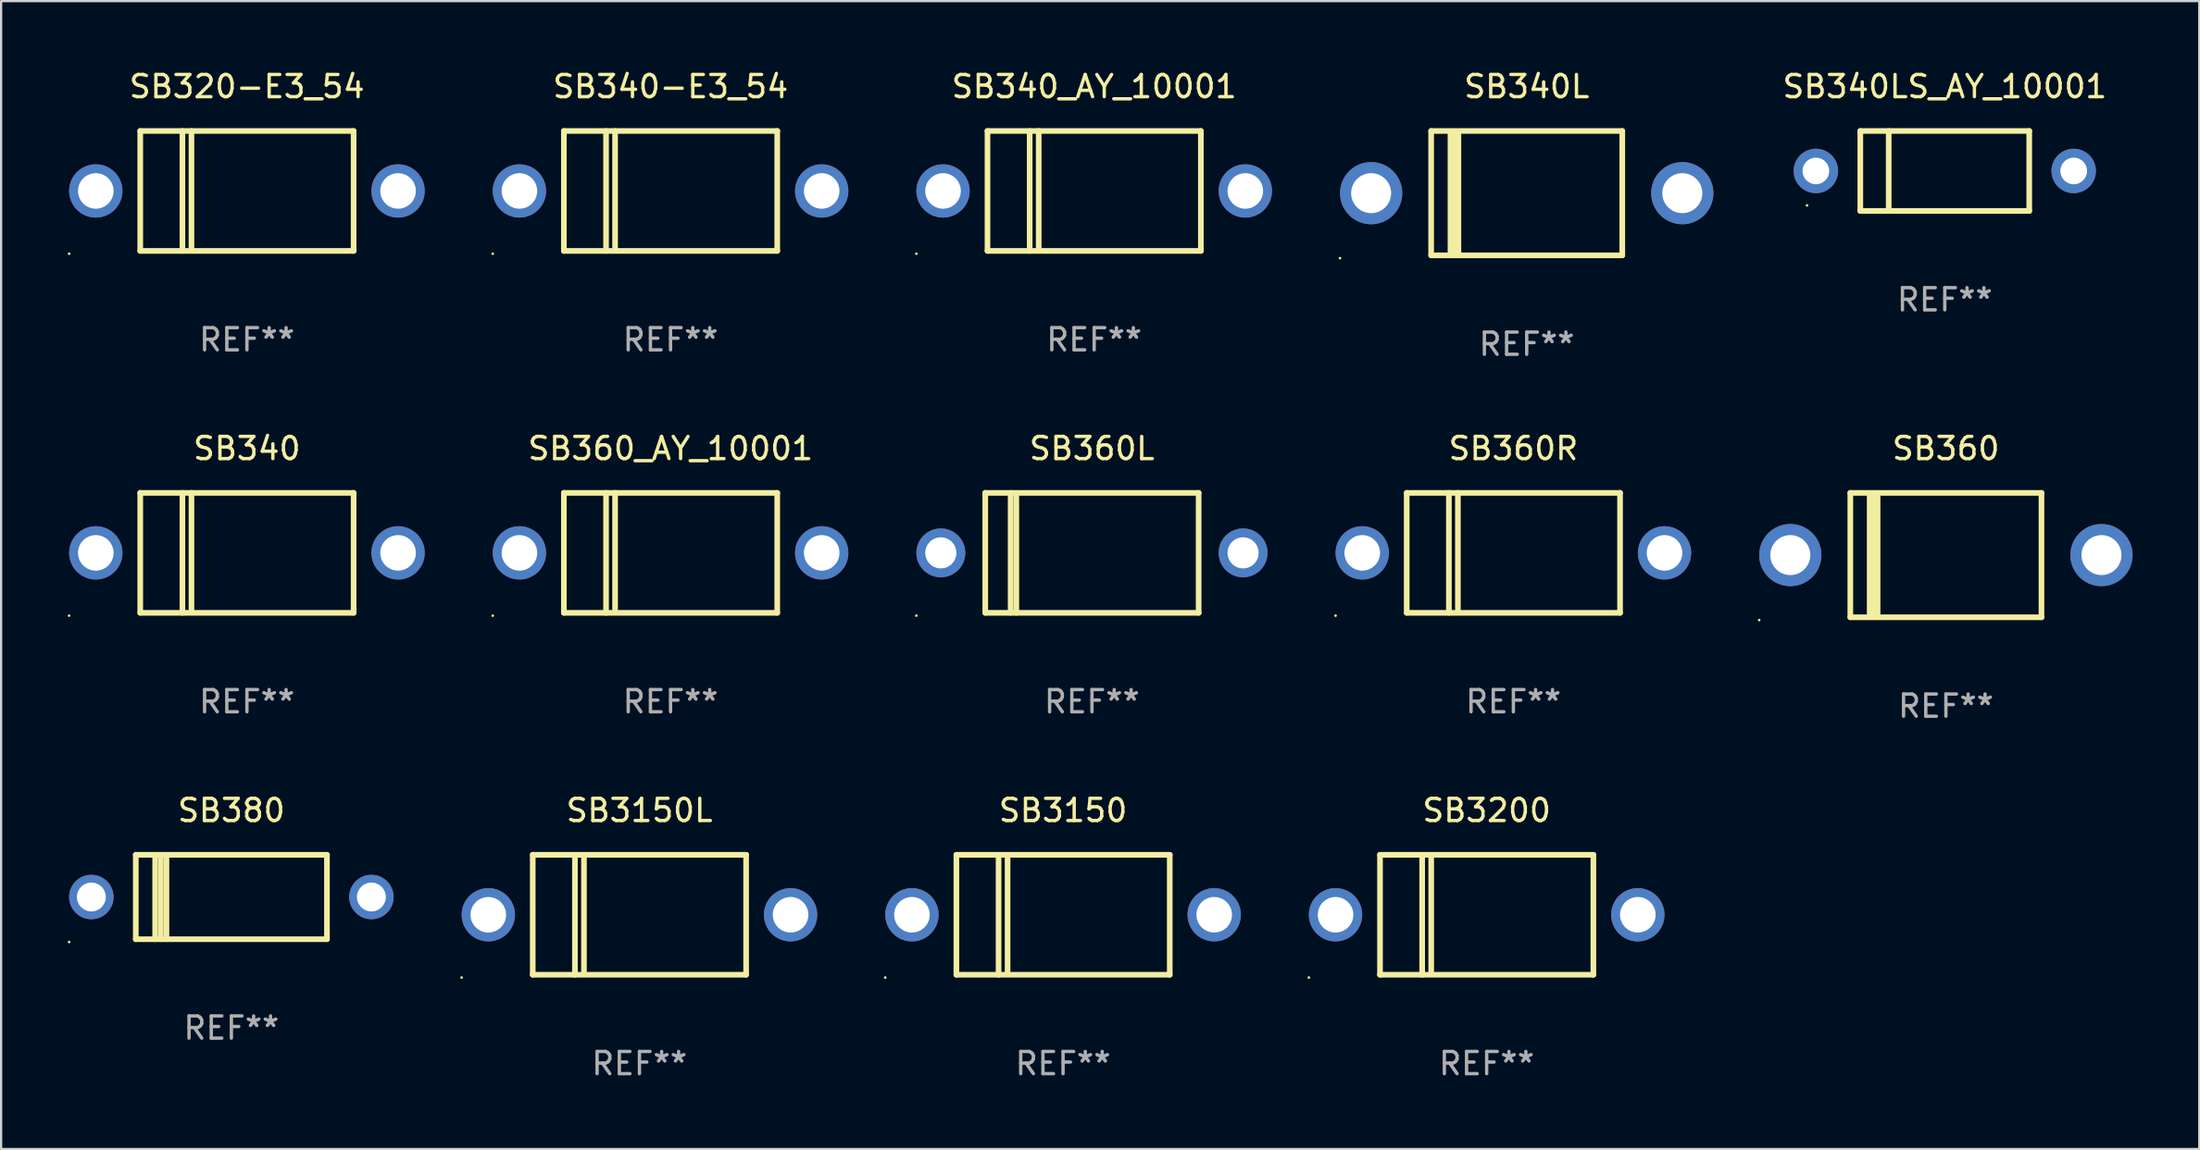
<source format=kicad_pcb>
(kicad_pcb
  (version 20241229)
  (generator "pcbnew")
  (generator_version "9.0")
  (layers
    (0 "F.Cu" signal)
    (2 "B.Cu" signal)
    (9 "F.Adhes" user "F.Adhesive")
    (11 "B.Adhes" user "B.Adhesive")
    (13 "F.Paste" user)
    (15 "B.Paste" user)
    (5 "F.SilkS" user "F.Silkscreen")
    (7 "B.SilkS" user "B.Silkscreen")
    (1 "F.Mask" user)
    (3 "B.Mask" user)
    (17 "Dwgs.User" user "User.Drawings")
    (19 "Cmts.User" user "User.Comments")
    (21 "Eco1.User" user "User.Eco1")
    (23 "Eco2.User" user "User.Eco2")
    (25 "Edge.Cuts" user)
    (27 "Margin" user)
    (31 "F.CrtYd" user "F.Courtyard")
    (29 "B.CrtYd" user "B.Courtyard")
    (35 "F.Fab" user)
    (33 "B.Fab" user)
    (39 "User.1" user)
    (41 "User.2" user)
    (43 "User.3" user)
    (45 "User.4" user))
  (footprint "SB3150"
    (layer "F.Cu")
    (at 44.78 38.141)
    (property "Reference" "SB3150" (at 0 -4.7 0) (layer "F.SilkS") (effects (font (size 1 1) (thickness 0.15))))
    (attr through_hole)
    (fp_line (start -4.8 -2.7) (end -4.8 2.7) (stroke (width 0.254) (type solid)) (layer "F.SilkS"))
    (fp_line (start -4.8 -2.7) (end 4.8 -2.7) (stroke (width 0.254) (type solid)) (layer "F.SilkS"))
    (fp_line (start -2.902 -2.7) (end -2.902 2.7) (stroke (width 0.254) (type solid)) (layer "F.SilkS"))
    (fp_line (start -2.496 -2.7) (end -2.496 2.54) (stroke (width 0.254) (type solid)) (layer "F.SilkS"))
    (fp_line (start 4.8 -2.7) (end 4.8 2.7) (stroke (width 0.254) (type solid)) (layer "F.SilkS"))
    (fp_line (start 4.8 2.7) (end -4.8 2.7) (stroke (width 0.254) (type solid)) (layer "F.SilkS"))
    (fp_circle (center -8 2.827) (end -7.97 2.827) (stroke (width 0.06) (type solid)) (fill no) (layer "F.SilkS"))
    (fp_text user "REF**" (at 0 6.7 0) (layer "F.Fab") (effects (font (size 1 1) (thickness 0.15))))
    (pad "1" thru_hole circle (at -6.8 0) (size 2.4 2.4) (drill 1.6) (layers "*.Cu" "*.Mask"))
    (pad "2" thru_hole circle (at 6.8 0) (size 2.4 2.4) (drill 1.6) (layers "*.Cu" "*.Mask")))
  (footprint "SB360_AY_10001"
    (layer "F.Cu")
    (at 27.12 21.845)
    (property "Reference" "SB360_AY_10001" (at 0 -4.7 0) (layer "F.SilkS") (effects (font (size 1 1) (thickness 0.15))))
    (attr through_hole)
    (fp_line (start -4.8 -2.7) (end -4.8 2.7) (stroke (width 0.254) (type solid)) (layer "F.SilkS"))
    (fp_line (start -4.8 -2.7) (end 4.8 -2.7) (stroke (width 0.254) (type solid)) (layer "F.SilkS"))
    (fp_line (start -2.902 -2.7) (end -2.902 2.7) (stroke (width 0.254) (type solid)) (layer "F.SilkS"))
    (fp_line (start -2.496 -2.7) (end -2.496 2.54) (stroke (width 0.254) (type solid)) (layer "F.SilkS"))
    (fp_line (start 4.8 -2.7) (end 4.8 2.7) (stroke (width 0.254) (type solid)) (layer "F.SilkS"))
    (fp_line (start 4.8 2.7) (end -4.8 2.7) (stroke (width 0.254) (type solid)) (layer "F.SilkS"))
    (fp_circle (center -8 2.827) (end -7.97 2.827) (stroke (width 0.06) (type solid)) (fill no) (layer "F.SilkS"))
    (fp_text user "REF**" (at 0 6.7 0) (layer "F.Fab") (effects (font (size 1 1) (thickness 0.15))))
    (pad "1" thru_hole circle (at -6.8 0) (size 2.4 2.4) (drill 1.6) (layers "*.Cu" "*.Mask"))
    (pad "2" thru_hole circle (at 6.8 0) (size 2.4 2.4) (drill 1.6) (layers "*.Cu" "*.Mask")))
  (footprint "SB340"
    (layer "F.Cu")
    (at 8.06 21.845)
    (property "Reference" "SB340" (at 0 -4.7 0) (layer "F.SilkS") (effects (font (size 1 1) (thickness 0.15))))
    (attr through_hole)
    (fp_line (start -4.8 -2.7) (end -4.8 2.7) (stroke (width 0.254) (type solid)) (layer "F.SilkS"))
    (fp_line (start -4.8 -2.7) (end 4.8 -2.7) (stroke (width 0.254) (type solid)) (layer "F.SilkS"))
    (fp_line (start -2.902 -2.7) (end -2.902 2.7) (stroke (width 0.254) (type solid)) (layer "F.SilkS"))
    (fp_line (start -2.496 -2.7) (end -2.496 2.54) (stroke (width 0.254) (type solid)) (layer "F.SilkS"))
    (fp_line (start 4.8 -2.7) (end 4.8 2.7) (stroke (width 0.254) (type solid)) (layer "F.SilkS"))
    (fp_line (start 4.8 2.7) (end -4.8 2.7) (stroke (width 0.254) (type solid)) (layer "F.SilkS"))
    (fp_circle (center -8 2.827) (end -7.97 2.827) (stroke (width 0.06) (type solid)) (fill no) (layer "F.SilkS"))
    (fp_text user "REF**" (at 0 6.7 0) (layer "F.Fab") (effects (font (size 1 1) (thickness 0.15))))
    (pad "1" thru_hole circle (at -6.8 0) (size 2.4 2.4) (drill 1.6) (layers "*.Cu" "*.Mask"))
    (pad "2" thru_hole circle (at 6.8 0) (size 2.4 2.4) (drill 1.6) (layers "*.Cu" "*.Mask")))
  (footprint "SB360L"
    (layer "F.Cu")
    (at 46.08 21.845)
    (property "Reference" "SB360L" (at 0 -4.7 0) (layer "F.SilkS") (effects (font (size 1 1) (thickness 0.15))))
    (attr through_hole)
    (fp_line (start -4.8 -2.7) (end 4.8 -2.7) (stroke (width 0.254) (type solid)) (layer "F.SilkS"))
    (fp_line (start -4.8 2.7) (end -4.8 -2.7) (stroke (width 0.254) (type solid)) (layer "F.SilkS"))
    (fp_line (start -3.658 2.7) (end -3.658 -2.7) (stroke (width 0.254) (type solid)) (layer "F.SilkS"))
    (fp_line (start -3.404 2.7) (end -3.404 -2.54) (stroke (width 0.254) (type solid)) (layer "F.SilkS"))
    (fp_line (start 4.8 2.7) (end -4.8 2.7) (stroke (width 0.254) (type solid)) (layer "F.SilkS"))
    (fp_line (start 4.8 2.7) (end 4.8 -2.7) (stroke (width 0.254) (type solid)) (layer "F.SilkS"))
    (fp_circle (center -7.9 2.827) (end -7.87 2.827) (stroke (width 0.06) (type solid)) (fill no) (layer "F.SilkS"))
    (fp_text user "REF**" (at 0 6.7 0) (layer "F.Fab") (effects (font (size 1 1) (thickness 0.15))))
    (pad "1" thru_hole circle (at -6.8 0) (size 2.2 2.2) (drill 1.4) (layers "*.Cu" "*.Mask"))
    (pad "2" thru_hole circle (at 6.8 0) (size 2.2 2.2) (drill 1.4) (layers "*.Cu" "*.Mask")))
  (footprint "SB380"
    (layer "F.Cu")
    (at 7.36 37.341)
    (property "Reference" "SB380" (at 0 -3.9 0) (layer "F.SilkS") (effects (font (size 1 1) (thickness 0.15))))
    (attr through_hole)
    (fp_line (start -4.3 -1.9) (end 4.3 -1.9) (stroke (width 0.254) (type solid)) (layer "F.SilkS"))
    (fp_line (start -4.3 1.9) (end -4.3 -1.9) (stroke (width 0.254) (type solid)) (layer "F.SilkS"))
    (fp_line (start -3.429 1.9) (end -3.429 -1.9) (stroke (width 0.254) (type solid)) (layer "F.SilkS"))
    (fp_line (start -3.175 1.9) (end -3.175 -1.9) (stroke (width 0.254) (type solid)) (layer "F.SilkS"))
    (fp_line (start -2.921 1.9) (end -2.921 -1.9) (stroke (width 0.254) (type solid)) (layer "F.SilkS"))
    (fp_line (start 4.3 -1.9) (end 4.3 1.9) (stroke (width 0.254) (type solid)) (layer "F.SilkS"))
    (fp_line (start 4.3 1.9) (end -4.3 1.9) (stroke (width 0.254) (type solid)) (layer "F.SilkS"))
    (fp_circle (center -7.3 2.027) (end -7.27 2.027) (stroke (width 0.06) (type solid)) (fill no) (layer "F.SilkS"))
    (fp_text user "REF**" (at 0 5.9 0) (layer "F.Fab") (effects (font (size 1 1) (thickness 0.15))))
    (pad "1" thru_hole circle (at -6.3 0) (size 2 2) (drill 1.3) (layers "*.Cu" "*.Mask"))
    (pad "2" thru_hole circle (at 6.3 0) (size 2 2) (drill 1.3) (layers "*.Cu" "*.Mask")))
  (footprint "SB320-E3_54"
    (layer "F.Cu")
    (at 8.06 5.548)
    (property "Reference" "SB320-E3_54" (at 0 -4.7 0) (layer "F.SilkS") (effects (font (size 1 1) (thickness 0.15))))
    (attr through_hole)
    (fp_line (start -4.8 -2.7) (end -4.8 2.7) (stroke (width 0.254) (type solid)) (layer "F.SilkS"))
    (fp_line (start -4.8 -2.7) (end 4.8 -2.7) (stroke (width 0.254) (type solid)) (layer "F.SilkS"))
    (fp_line (start -2.902 -2.7) (end -2.902 2.7) (stroke (width 0.254) (type solid)) (layer "F.SilkS"))
    (fp_line (start -2.496 -2.7) (end -2.496 2.54) (stroke (width 0.254) (type solid)) (layer "F.SilkS"))
    (fp_line (start 4.8 -2.7) (end 4.8 2.7) (stroke (width 0.254) (type solid)) (layer "F.SilkS"))
    (fp_line (start 4.8 2.7) (end -4.8 2.7) (stroke (width 0.254) (type solid)) (layer "F.SilkS"))
    (fp_circle (center -8 2.827) (end -7.97 2.827) (stroke (width 0.06) (type solid)) (fill no) (layer "F.SilkS"))
    (fp_text user "REF**" (at 0 6.7 0) (layer "F.Fab") (effects (font (size 1 1) (thickness 0.15))))
    (pad "1" thru_hole circle (at -6.8 0) (size 2.4 2.4) (drill 1.6) (layers "*.Cu" "*.Mask"))
    (pad "2" thru_hole circle (at 6.8 0) (size 2.4 2.4) (drill 1.6) (layers "*.Cu" "*.Mask")))
  (footprint "SB3200"
    (layer "F.Cu")
    (at 63.84 38.141)
    (property "Reference" "SB3200" (at 0 -4.7 0) (layer "F.SilkS") (effects (font (size 1 1) (thickness 0.15))))
    (attr through_hole)
    (fp_line (start -4.8 -2.7) (end -4.8 2.7) (stroke (width 0.254) (type solid)) (layer "F.SilkS"))
    (fp_line (start -4.8 -2.7) (end 4.8 -2.7) (stroke (width 0.254) (type solid)) (layer "F.SilkS"))
    (fp_line (start -2.902 -2.7) (end -2.902 2.7) (stroke (width 0.254) (type solid)) (layer "F.SilkS"))
    (fp_line (start -2.496 -2.7) (end -2.496 2.54) (stroke (width 0.254) (type solid)) (layer "F.SilkS"))
    (fp_line (start 4.8 -2.7) (end 4.8 2.7) (stroke (width 0.254) (type solid)) (layer "F.SilkS"))
    (fp_line (start 4.8 2.7) (end -4.8 2.7) (stroke (width 0.254) (type solid)) (layer "F.SilkS"))
    (fp_circle (center -8 2.827) (end -7.97 2.827) (stroke (width 0.06) (type solid)) (fill no) (layer "F.SilkS"))
    (fp_text user "REF**" (at 0 6.7 0) (layer "F.Fab") (effects (font (size 1 1) (thickness 0.15))))
    (pad "1" thru_hole circle (at -6.8 0) (size 2.4 2.4) (drill 1.6) (layers "*.Cu" "*.Mask"))
    (pad "2" thru_hole circle (at 6.8 0) (size 2.4 2.4) (drill 1.6) (layers "*.Cu" "*.Mask")))
  (footprint "SB340-E3_54"
    (layer "F.Cu")
    (at 27.12 5.548)
    (property "Reference" "SB340-E3_54" (at 0 -4.7 0) (layer "F.SilkS") (effects (font (size 1 1) (thickness 0.15))))
    (attr through_hole)
    (fp_line (start -4.8 -2.7) (end -4.8 2.7) (stroke (width 0.254) (type solid)) (layer "F.SilkS"))
    (fp_line (start -4.8 -2.7) (end 4.8 -2.7) (stroke (width 0.254) (type solid)) (layer "F.SilkS"))
    (fp_line (start -2.902 -2.7) (end -2.902 2.7) (stroke (width 0.254) (type solid)) (layer "F.SilkS"))
    (fp_line (start -2.496 -2.7) (end -2.496 2.54) (stroke (width 0.254) (type solid)) (layer "F.SilkS"))
    (fp_line (start 4.8 -2.7) (end 4.8 2.7) (stroke (width 0.254) (type solid)) (layer "F.SilkS"))
    (fp_line (start 4.8 2.7) (end -4.8 2.7) (stroke (width 0.254) (type solid)) (layer "F.SilkS"))
    (fp_circle (center -8 2.827) (end -7.97 2.827) (stroke (width 0.06) (type solid)) (fill no) (layer "F.SilkS"))
    (fp_text user "REF**" (at 0 6.7 0) (layer "F.Fab") (effects (font (size 1 1) (thickness 0.15))))
    (pad "1" thru_hole circle (at -6.8 0) (size 2.4 2.4) (drill 1.6) (layers "*.Cu" "*.Mask"))
    (pad "2" thru_hole circle (at 6.8 0) (size 2.4 2.4) (drill 1.6) (layers "*.Cu" "*.Mask")))
  (footprint "SB340_AY_10001"
    (layer "F.Cu")
    (at 46.18 5.548)
    (property "Reference" "SB340_AY_10001" (at 0 -4.7 0) (layer "F.SilkS") (effects (font (size 1 1) (thickness 0.15))))
    (attr through_hole)
    (fp_line (start -4.8 -2.7) (end -4.8 2.7) (stroke (width 0.254) (type solid)) (layer "F.SilkS"))
    (fp_line (start -4.8 -2.7) (end 4.8 -2.7) (stroke (width 0.254) (type solid)) (layer "F.SilkS"))
    (fp_line (start -2.902 -2.7) (end -2.902 2.7) (stroke (width 0.254) (type solid)) (layer "F.SilkS"))
    (fp_line (start -2.496 -2.7) (end -2.496 2.54) (stroke (width 0.254) (type solid)) (layer "F.SilkS"))
    (fp_line (start 4.8 -2.7) (end 4.8 2.7) (stroke (width 0.254) (type solid)) (layer "F.SilkS"))
    (fp_line (start 4.8 2.7) (end -4.8 2.7) (stroke (width 0.254) (type solid)) (layer "F.SilkS"))
    (fp_circle (center -8 2.827) (end -7.97 2.827) (stroke (width 0.06) (type solid)) (fill no) (layer "F.SilkS"))
    (fp_text user "REF**" (at 0 6.7 0) (layer "F.Fab") (effects (font (size 1 1) (thickness 0.15))))
    (pad "1" thru_hole circle (at -6.8 0) (size 2.4 2.4) (drill 1.6) (layers "*.Cu" "*.Mask"))
    (pad "2" thru_hole circle (at 6.8 0) (size 2.4 2.4) (drill 1.6) (layers "*.Cu" "*.Mask")))
  (footprint "SB360"
    (layer "F.Cu")
    (at 84.501 21.945)
    (property "Reference" "SB360" (at 0 -4.8 0) (layer "F.SilkS") (effects (font (size 1 1) (thickness 0.15))))
    (attr through_hole)
    (fp_line (start -4.3 -2.8) (end -4.3 2.8) (stroke (width 0.254) (type solid)) (layer "F.SilkS"))
    (fp_line (start -4.3 -2.8) (end 4.3 -2.8) (stroke (width 0.254) (type solid)) (layer "F.SilkS"))
    (fp_line (start -4.3 2.8) (end 4.3 2.8) (stroke (width 0.254) (type solid)) (layer "F.SilkS"))
    (fp_line (start -3.442 2.667) (end -3.442 -2.667) (stroke (width 0.229) (type solid)) (layer "F.SilkS"))
    (fp_line (start -3.315 2.667) (end -3.315 -2.667) (stroke (width 0.229) (type solid)) (layer "F.SilkS"))
    (fp_line (start -3.188 2.667) (end -3.188 -2.667) (stroke (width 0.229) (type solid)) (layer "F.SilkS"))
    (fp_line (start -3.061 2.667) (end -3.061 -2.667) (stroke (width 0.229) (type solid)) (layer "F.SilkS"))
    (fp_line (start 4.3 -2.8) (end 4.3 2.8) (stroke (width 0.254) (type solid)) (layer "F.SilkS"))
    (fp_circle (center -8.4 2.927) (end -8.37 2.927) (stroke (width 0.06) (type solid)) (fill no) (layer "F.SilkS"))
    (fp_text user "REF**" (at 0 6.8 0) (layer "F.Fab") (effects (font (size 1 1) (thickness 0.15))))
    (pad "1" thru_hole circle (at -7 0) (size 2.8 2.8) (drill 1.8) (layers "*.Cu" "*.Mask"))
    (pad "2" thru_hole circle (at 7 0) (size 2.8 2.8) (drill 1.8) (layers "*.Cu" "*.Mask")))
  (footprint "SB360R"
    (layer "F.Cu")
    (at 65.041 21.845)
    (property "Reference" "SB360R" (at 0 -4.7 0) (layer "F.SilkS") (effects (font (size 1 1) (thickness 0.15))))
    (attr through_hole)
    (fp_line (start -4.8 -2.7) (end -4.8 2.7) (stroke (width 0.254) (type solid)) (layer "F.SilkS"))
    (fp_line (start -4.8 -2.7) (end 4.8 -2.7) (stroke (width 0.254) (type solid)) (layer "F.SilkS"))
    (fp_line (start -2.902 -2.7) (end -2.902 2.7) (stroke (width 0.254) (type solid)) (layer "F.SilkS"))
    (fp_line (start -2.496 -2.7) (end -2.496 2.54) (stroke (width 0.254) (type solid)) (layer "F.SilkS"))
    (fp_line (start 4.8 -2.7) (end 4.8 2.7) (stroke (width 0.254) (type solid)) (layer "F.SilkS"))
    (fp_line (start 4.8 2.7) (end -4.8 2.7) (stroke (width 0.254) (type solid)) (layer "F.SilkS"))
    (fp_circle (center -8 2.827) (end -7.97 2.827) (stroke (width 0.06) (type solid)) (fill no) (layer "F.SilkS"))
    (fp_text user "REF**" (at 0 6.7 0) (layer "F.Fab") (effects (font (size 1 1) (thickness 0.15))))
    (pad "1" thru_hole circle (at -6.8 0) (size 2.4 2.4) (drill 1.6) (layers "*.Cu" "*.Mask"))
    (pad "2" thru_hole circle (at 6.8 0) (size 2.4 2.4) (drill 1.6) (layers "*.Cu" "*.Mask")))
  (footprint "SB3150L"
    (layer "F.Cu")
    (at 25.72 38.141)
    (property "Reference" "SB3150L" (at 0 -4.7 0) (layer "F.SilkS") (effects (font (size 1 1) (thickness 0.15))))
    (attr through_hole)
    (fp_line (start -4.8 -2.7) (end -4.8 2.7) (stroke (width 0.254) (type solid)) (layer "F.SilkS"))
    (fp_line (start -4.8 -2.7) (end 4.8 -2.7) (stroke (width 0.254) (type solid)) (layer "F.SilkS"))
    (fp_line (start -2.902 -2.7) (end -2.902 2.7) (stroke (width 0.254) (type solid)) (layer "F.SilkS"))
    (fp_line (start -2.496 -2.7) (end -2.496 2.54) (stroke (width 0.254) (type solid)) (layer "F.SilkS"))
    (fp_line (start 4.8 -2.7) (end 4.8 2.7) (stroke (width 0.254) (type solid)) (layer "F.SilkS"))
    (fp_line (start 4.8 2.7) (end -4.8 2.7) (stroke (width 0.254) (type solid)) (layer "F.SilkS"))
    (fp_circle (center -8 2.827) (end -7.97 2.827) (stroke (width 0.06) (type solid)) (fill no) (layer "F.SilkS"))
    (fp_text user "REF**" (at 0 6.7 0) (layer "F.Fab") (effects (font (size 1 1) (thickness 0.15))))
    (pad "1" thru_hole circle (at -6.8 0) (size 2.4 2.4) (drill 1.6) (layers "*.Cu" "*.Mask"))
    (pad "2" thru_hole circle (at 6.8 0) (size 2.4 2.4) (drill 1.6) (layers "*.Cu" "*.Mask")))
  (footprint "SB340LS_AY_10001"
    (layer "F.Cu")
    (at 84.451 4.648)
    (property "Reference" "SB340LS_AY_10001" (at 0 -3.8 0) (layer "F.SilkS") (effects (font (size 1 1) (thickness 0.15))))
    (attr through_hole)
    (fp_line (start -3.8 -1.8) (end -3.8 1.8) (stroke (width 0.254) (type solid)) (layer "F.SilkS"))
    (fp_line (start -3.8 -1.8) (end 3.8 -1.8) (stroke (width 0.254) (type solid)) (layer "F.SilkS"))
    (fp_line (start -3.8 1.8) (end 3.8 1.8) (stroke (width 0.254) (type solid)) (layer "F.SilkS"))
    (fp_line (start -2.524 -1.8) (end -2.524 1.8) (stroke (width 0.254) (type solid)) (layer "F.SilkS"))
    (fp_line (start 3.8 -1.8) (end 3.8 1.8) (stroke (width 0.254) (type solid)) (layer "F.SilkS"))
    (fp_circle (center -6.2 1.55) (end -6.17 1.55) (stroke (width 0.06) (type solid)) (fill no) (layer "F.SilkS"))
    (fp_text user "REF**" (at 0 5.8 0) (layer "F.Fab") (effects (font (size 1 1) (thickness 0.15))))
    (pad "1" thru_hole circle (at -5.8 0) (size 2 2) (drill 1.2) (layers "*.Cu" "*.Mask"))
    (pad "2" thru_hole circle (at 5.8 0) (size 2 2) (drill 1.2) (layers "*.Cu" "*.Mask")))
  (footprint "SB340L"
    (layer "F.Cu")
    (at 65.641 5.648)
    (property "Reference" "SB340L" (at 0 -4.8 0) (layer "F.SilkS") (effects (font (size 1 1) (thickness 0.15))))
    (attr through_hole)
    (fp_line (start -4.3 -2.8) (end -4.3 2.8) (stroke (width 0.254) (type solid)) (layer "F.SilkS"))
    (fp_line (start -4.3 -2.8) (end 4.3 -2.8) (stroke (width 0.254) (type solid)) (layer "F.SilkS"))
    (fp_line (start -4.3 2.8) (end 4.3 2.8) (stroke (width 0.254) (type solid)) (layer "F.SilkS"))
    (fp_line (start -3.442 2.667) (end -3.442 -2.667) (stroke (width 0.229) (type solid)) (layer "F.SilkS"))
    (fp_line (start -3.315 2.667) (end -3.315 -2.667) (stroke (width 0.229) (type solid)) (layer "F.SilkS"))
    (fp_line (start -3.188 2.667) (end -3.188 -2.667) (stroke (width 0.229) (type solid)) (layer "F.SilkS"))
    (fp_line (start -3.061 2.667) (end -3.061 -2.667) (stroke (width 0.229) (type solid)) (layer "F.SilkS"))
    (fp_line (start 4.3 -2.8) (end 4.3 2.8) (stroke (width 0.254) (type solid)) (layer "F.SilkS"))
    (fp_circle (center -8.4 2.927) (end -8.37 2.927) (stroke (width 0.06) (type solid)) (fill no) (layer "F.SilkS"))
    (fp_text user "REF**" (at 0 6.8 0) (layer "F.Fab") (effects (font (size 1 1) (thickness 0.15))))
    (pad "1" thru_hole circle (at -7 0) (size 2.8 2.8) (drill 1.8) (layers "*.Cu" "*.Mask"))
    (pad "2" thru_hole circle (at 7 0) (size 2.8 2.8) (drill 1.8) (layers "*.Cu" "*.Mask")))
  (gr_rect
    (start -3 -3)
    (end 95.901 48.69)
    (stroke (width 0.1) (type default))
    (fill no)
    (layer "Edge.Cuts")))
</source>
